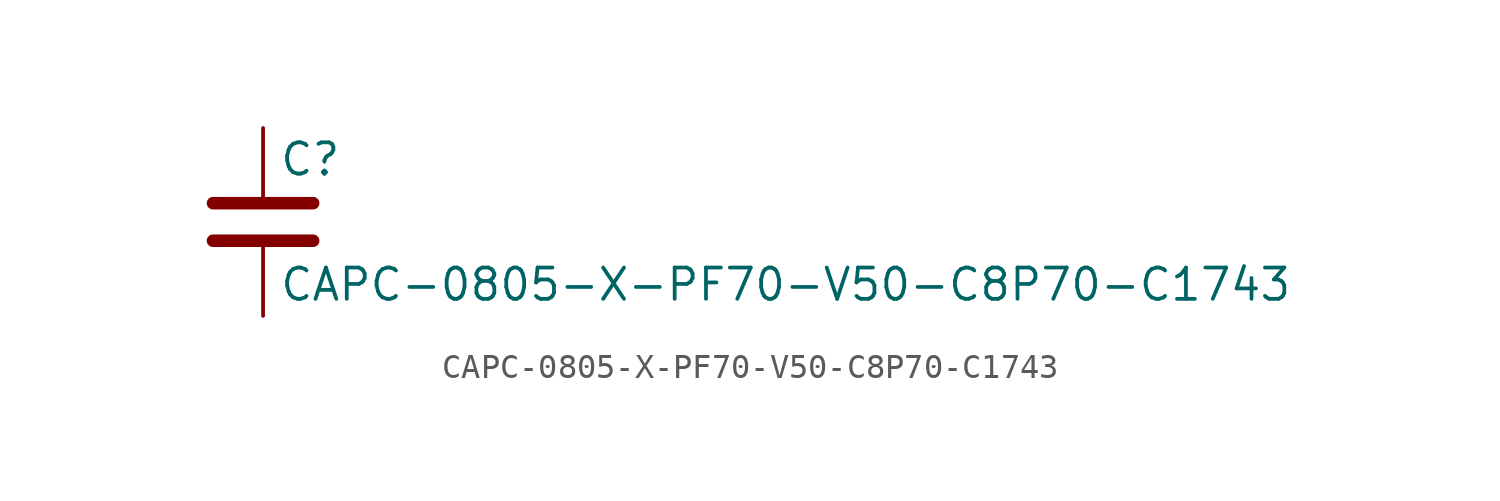
<source format=kicad_sym>
(kicad_symbol_lib
  (version 20211014)
  (generator kicad_symbol_editor)
  (symbol "CAPC-0805-X-PF70-V50-C8P70-C1743"
    (pin_numbers hide)
    (pin_names
      (offset 0.254))
    (property "Reference" "C"
      (at 0.635 2.54 0)
      (effects (font (size 1.27 1.27)) (justify left)))
    (property "Value" "CAPC-0805-X-PF70-V50-C8P70-C1743"
      (at 0.635 -2.54 0)
      (effects (font (size 1.27 1.27)) (justify left)))
    (symbol "CAPC-0805-X-PF70-V50-C8P70-C1743_0_1"
      (polyline (pts (xy -2.032 -0.762) (xy 2.032 -0.762)) (stroke (width 0.508) (type default) (color 0 0 0 0)) (fill (type none)))
      (polyline (pts (xy -2.032 0.762) (xy 2.032 0.762)) (stroke (width 0.508) (type default) (color 0 0 0 0)) (fill (type none))))
    (symbol "CAPC-0805-X-PF70-V50-C8P70-C1743_1_1"
      (pin passive line (at 0 3.81 270) (length 2.794) (name "~" (effects (font (size 1.27 1.27)))) (number "1" (effects (font (size 1.27 1.27)))))
      (pin passive line (at 0 -3.81 90) (length 2.794) (name "~" (effects (font (size 1.27 1.27)))) (number "2" (effects (font (size 1.27 1.27))))))))
</source>
